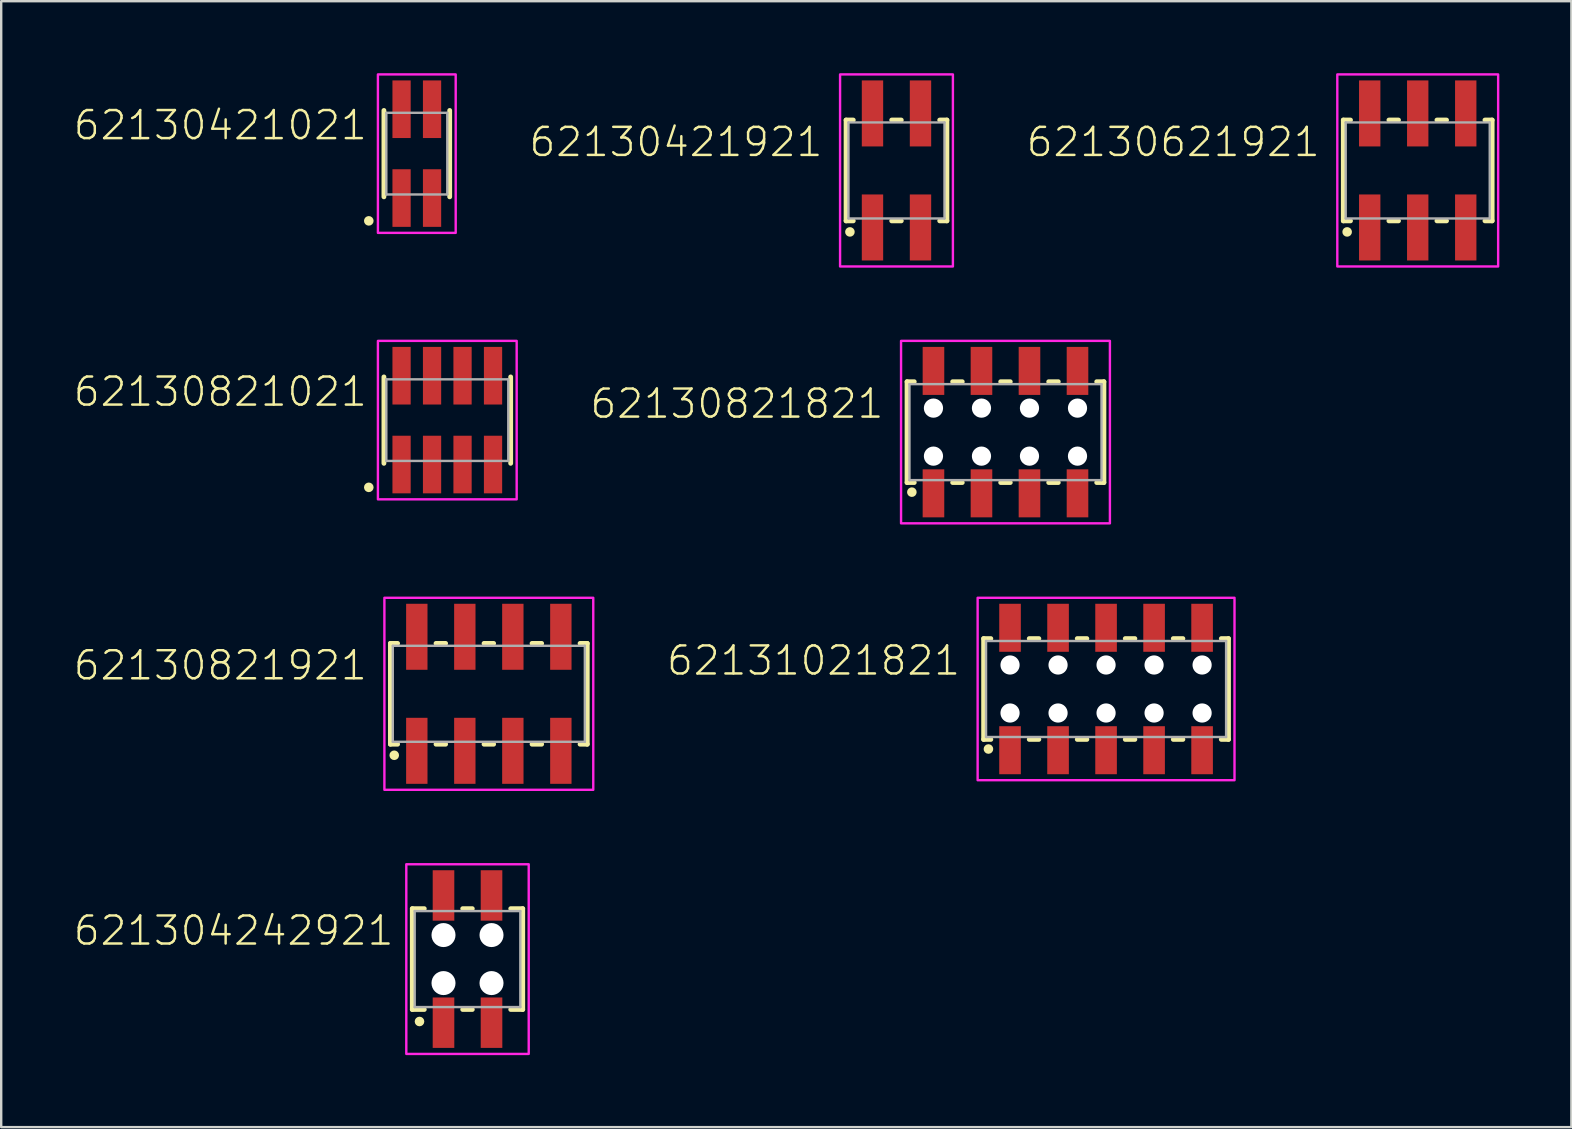
<source format=kicad_pcb>
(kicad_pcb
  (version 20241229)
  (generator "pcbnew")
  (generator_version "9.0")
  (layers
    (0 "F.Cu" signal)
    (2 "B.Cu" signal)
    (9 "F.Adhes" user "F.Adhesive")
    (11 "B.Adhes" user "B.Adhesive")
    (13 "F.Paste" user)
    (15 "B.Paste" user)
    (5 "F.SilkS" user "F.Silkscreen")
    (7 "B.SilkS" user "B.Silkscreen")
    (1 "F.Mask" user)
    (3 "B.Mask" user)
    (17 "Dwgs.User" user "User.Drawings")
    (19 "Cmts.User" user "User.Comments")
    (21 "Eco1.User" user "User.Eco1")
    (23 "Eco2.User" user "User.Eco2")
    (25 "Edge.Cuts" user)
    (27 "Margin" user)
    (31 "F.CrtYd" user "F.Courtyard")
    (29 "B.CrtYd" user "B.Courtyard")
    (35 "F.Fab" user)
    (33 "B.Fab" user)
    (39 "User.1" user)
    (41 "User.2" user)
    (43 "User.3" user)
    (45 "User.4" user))
  (footprint "62130421921"
    (layer "F.Cu")
    (at 34.293 4.05)
    (property "Reference" "62130421921" (at -3 -0.5 0) (unlocked yes) (layer "F.SilkS") (effects (font (size 1.168 1.168) (thickness 0.102)) (justify right bottom)))
    (fp_line (start -2.1 -2.1) (end -2.1 2.1) (stroke (width 0.2) (type solid)) (layer "F.SilkS"))
    (fp_line (start -2.1 2.1) (end -1.8 2.1) (stroke (width 0.2) (type solid)) (layer "F.SilkS"))
    (fp_line (start -1.8 -2.1) (end -2.1 -2.1) (stroke (width 0.2) (type solid)) (layer "F.SilkS"))
    (fp_line (start -0.2 -2.1) (end 0.2 -2.1) (stroke (width 0.2) (type solid)) (layer "F.SilkS"))
    (fp_line (start 0.2 2.1) (end -0.2 2.1) (stroke (width 0.2) (type solid)) (layer "F.SilkS"))
    (fp_line (start 1.8 -2.1) (end 2.1 -2.1) (stroke (width 0.2) (type solid)) (layer "F.SilkS"))
    (fp_line (start 2.1 -2.1) (end 2.1 2.1) (stroke (width 0.2) (type solid)) (layer "F.SilkS"))
    (fp_line (start 2.1 2.1) (end 1.8 2.1) (stroke (width 0.2) (type solid)) (layer "F.SilkS"))
    (fp_circle (center -1.94 2.56) (end -1.84 2.56) (stroke (width 0.2) (type solid)) (fill no) (layer "F.SilkS"))
    (fp_poly (pts (xy 2.35 4) (xy -2.35 4) (xy -2.35 -4) (xy 2.35 -4)) (stroke (width 0.1) (type default)) (fill no) (layer "F.CrtYd"))
    (fp_line (start -2 -2) (end 2 -2) (stroke (width 0.1) (type solid)) (layer "F.Fab"))
    (fp_line (start -2 2) (end -2 -2) (stroke (width 0.1) (type solid)) (layer "F.Fab"))
    (fp_line (start 2 -2) (end 2 2) (stroke (width 0.1) (type solid)) (layer "F.Fab"))
    (fp_line (start 2 2) (end -2 2) (stroke (width 0.1) (type solid)) (layer "F.Fab"))
    (pad "1" smd rect (at -1 2.375) (size 0.89 2.75) (layers "F.Cu" "F.Mask" "F.Paste"))
    (pad "2" smd rect (at -1 -2.375) (size 0.89 2.75) (layers "F.Cu" "F.Mask" "F.Paste"))
    (pad "3" smd rect (at 1 2.375) (size 0.89 2.75) (layers "F.Cu" "F.Mask" "F.Paste"))
    (pad "4" smd rect (at 1 -2.375) (size 0.89 2.75) (layers "F.Cu" "F.Mask" "F.Paste")))
  (footprint "62130621921"
    (layer "F.Cu")
    (at 56.005 4.05)
    (property "Reference" "62130621921" (at -4 -0.5 0) (unlocked yes) (layer "F.SilkS") (effects (font (size 1.168 1.168) (thickness 0.102)) (justify right bottom)))
    (fp_line (start -3.1 -2.1) (end -3.1 2.1) (stroke (width 0.2) (type solid)) (layer "F.SilkS"))
    (fp_line (start -3.1 2.1) (end -2.8 2.1) (stroke (width 0.2) (type solid)) (layer "F.SilkS"))
    (fp_line (start -2.8 -2.1) (end -3.1 -2.1) (stroke (width 0.2) (type solid)) (layer "F.SilkS"))
    (fp_line (start -1.2 -2.1) (end -0.8 -2.1) (stroke (width 0.2) (type solid)) (layer "F.SilkS"))
    (fp_line (start -0.8 2.1) (end -1.2 2.1) (stroke (width 0.2) (type solid)) (layer "F.SilkS"))
    (fp_line (start 0.8 -2.1) (end 1.2 -2.1) (stroke (width 0.2) (type solid)) (layer "F.SilkS"))
    (fp_line (start 1.2 2.1) (end 0.8 2.1) (stroke (width 0.2) (type solid)) (layer "F.SilkS"))
    (fp_line (start 2.8 -2.1) (end 3.1 -2.1) (stroke (width 0.2) (type solid)) (layer "F.SilkS"))
    (fp_line (start 3.1 -2.1) (end 3.1 2.1) (stroke (width 0.2) (type solid)) (layer "F.SilkS"))
    (fp_line (start 3.1 2.1) (end 2.8 2.1) (stroke (width 0.2) (type solid)) (layer "F.SilkS"))
    (fp_circle (center -2.94 2.56) (end -2.84 2.56) (stroke (width 0.2) (type solid)) (fill no) (layer "F.SilkS"))
    (fp_poly (pts (xy 3.35 4) (xy -3.35 4) (xy -3.35 -4) (xy 3.35 -4)) (stroke (width 0.1) (type default)) (fill no) (layer "F.CrtYd"))
    (fp_line (start -3 -2) (end 3 -2) (stroke (width 0.1) (type solid)) (layer "F.Fab"))
    (fp_line (start -3 2) (end -3 -2) (stroke (width 0.1) (type solid)) (layer "F.Fab"))
    (fp_line (start 3 -2) (end 3 2) (stroke (width 0.1) (type solid)) (layer "F.Fab"))
    (fp_line (start 3 2) (end -3 2) (stroke (width 0.1) (type solid)) (layer "F.Fab"))
    (pad "1" smd rect (at -2 2.375) (size 0.89 2.75) (layers "F.Cu" "F.Mask" "F.Paste"))
    (pad "2" smd rect (at -2 -2.375) (size 0.89 2.75) (layers "F.Cu" "F.Mask" "F.Paste"))
    (pad "3" smd rect (at 0 2.375) (size 0.89 2.75) (layers "F.Cu" "F.Mask" "F.Paste"))
    (pad "4" smd rect (at 0 -2.375) (size 0.89 2.75) (layers "F.Cu" "F.Mask" "F.Paste"))
    (pad "5" smd rect (at 2 2.375) (size 0.89 2.75) (layers "F.Cu" "F.Mask" "F.Paste"))
    (pad "6" smd rect (at 2 -2.375) (size 0.89 2.75) (layers "F.Cu" "F.Mask" "F.Paste")))
  (footprint "62131021821"
    (layer "F.Cu")
    (at 43.023 25.65)
    (property "Reference" "62131021821" (at -6 -0.5 0) (unlocked yes) (layer "F.SilkS") (effects (font (size 1.168 1.168) (thickness 0.102)) (justify right bottom)))
    (fp_line (start -5.1 -2.1) (end -5.1 2.1) (stroke (width 0.2) (type solid)) (layer "F.SilkS"))
    (fp_line (start -5.1 2.1) (end -4.8 2.1) (stroke (width 0.2) (type solid)) (layer "F.SilkS"))
    (fp_line (start -4.8 -2.1) (end -5.1 -2.1) (stroke (width 0.2) (type solid)) (layer "F.SilkS"))
    (fp_line (start -3.2 -2.1) (end -2.8 -2.1) (stroke (width 0.2) (type solid)) (layer "F.SilkS"))
    (fp_line (start -3.2 2.1) (end -2.8 2.1) (stroke (width 0.2) (type solid)) (layer "F.SilkS"))
    (fp_line (start -1.2 -2.1) (end -0.8 -2.1) (stroke (width 0.2) (type solid)) (layer "F.SilkS"))
    (fp_line (start -1.2 2.1) (end -0.8 2.1) (stroke (width 0.2) (type solid)) (layer "F.SilkS"))
    (fp_line (start 0.8 -2.1) (end 1.2 -2.1) (stroke (width 0.2) (type solid)) (layer "F.SilkS"))
    (fp_line (start 0.8 2.1) (end 1.2 2.1) (stroke (width 0.2) (type solid)) (layer "F.SilkS"))
    (fp_line (start 2.8 -2.1) (end 3.2 -2.1) (stroke (width 0.2) (type solid)) (layer "F.SilkS"))
    (fp_line (start 2.8 2.1) (end 3.2 2.1) (stroke (width 0.2) (type solid)) (layer "F.SilkS"))
    (fp_line (start 4.8 -2.1) (end 5.1 -2.1) (stroke (width 0.2) (type solid)) (layer "F.SilkS"))
    (fp_line (start 5.1 -2.1) (end 5.1 2.1) (stroke (width 0.2) (type solid)) (layer "F.SilkS"))
    (fp_line (start 5.1 2.1) (end 4.8 2.1) (stroke (width 0.2) (type solid)) (layer "F.SilkS"))
    (fp_circle (center -4.9 2.5) (end -4.8 2.5) (stroke (width 0.2) (type solid)) (fill no) (layer "F.SilkS"))
    (fp_poly (pts (xy 5.35 3.8) (xy -5.35 3.8) (xy -5.35 -3.8) (xy 5.35 -3.8)) (stroke (width 0.1) (type default)) (fill no) (layer "F.CrtYd"))
    (fp_line (start -5 -2) (end 5 -2) (stroke (width 0.1) (type solid)) (layer "F.Fab"))
    (fp_line (start -5 2) (end -5 -2) (stroke (width 0.1) (type solid)) (layer "F.Fab"))
    (fp_line (start 5 -2) (end 5 2) (stroke (width 0.1) (type solid)) (layer "F.Fab"))
    (fp_line (start 5 2) (end -5 2) (stroke (width 0.1) (type solid)) (layer "F.Fab"))
    (pad "" np_thru_hole circle (at -4 -1) (size 0.8 0.8) (drill 0.8) (layers "*.Cu" "*.Mask"))
    (pad "" np_thru_hole circle (at -4 1) (size 0.8 0.8) (drill 0.8) (layers "*.Cu" "*.Mask"))
    (pad "" np_thru_hole circle (at -2 -1) (size 0.8 0.8) (drill 0.8) (layers "*.Cu" "*.Mask"))
    (pad "" np_thru_hole circle (at -2 1) (size 0.8 0.8) (drill 0.8) (layers "*.Cu" "*.Mask"))
    (pad "" np_thru_hole circle (at 0 -1) (size 0.8 0.8) (drill 0.8) (layers "*.Cu" "*.Mask"))
    (pad "" np_thru_hole circle (at 0 1) (size 0.8 0.8) (drill 0.8) (layers "*.Cu" "*.Mask"))
    (pad "" np_thru_hole circle (at 2 -1) (size 0.8 0.8) (drill 0.8) (layers "*.Cu" "*.Mask"))
    (pad "" np_thru_hole circle (at 2 1) (size 0.8 0.8) (drill 0.8) (layers "*.Cu" "*.Mask"))
    (pad "" np_thru_hole circle (at 4 -1) (size 0.8 0.8) (drill 0.8) (layers "*.Cu" "*.Mask"))
    (pad "" np_thru_hole circle (at 4 1) (size 0.8 0.8) (drill 0.8) (layers "*.Cu" "*.Mask"))
    (pad "1" smd rect (at -4 2.55) (size 0.9 2) (layers "F.Cu" "F.Mask" "F.Paste"))
    (pad "2" smd rect (at -4 -2.55) (size 0.9 2) (layers "F.Cu" "F.Mask" "F.Paste"))
    (pad "3" smd rect (at -2 2.55) (size 0.9 2) (layers "F.Cu" "F.Mask" "F.Paste"))
    (pad "4" smd rect (at -2 -2.55) (size 0.9 2) (layers "F.Cu" "F.Mask" "F.Paste"))
    (pad "5" smd rect (at 0 2.55) (size 0.9 2) (layers "F.Cu" "F.Mask" "F.Paste"))
    (pad "6" smd rect (at 0 -2.55) (size 0.9 2) (layers "F.Cu" "F.Mask" "F.Paste"))
    (pad "7" smd rect (at 2 2.55) (size 0.9 2) (layers "F.Cu" "F.Mask" "F.Paste"))
    (pad "8" smd rect (at 2 -2.55) (size 0.9 2) (layers "F.Cu" "F.Mask" "F.Paste"))
    (pad "9" smd rect (at 4 2.55) (size 0.9 2) (layers "F.Cu" "F.Mask" "F.Paste"))
    (pad "10" smd rect (at 4 -2.55) (size 0.9 2) (layers "F.Cu" "F.Mask" "F.Paste")))
  (footprint "621304242921"
    (layer "F.Cu")
    (at 16.424 36.9)
    (property "Reference" "621304242921" (at -3 -0.5 0) (unlocked yes) (layer "F.SilkS") (effects (font (size 1.168 1.168) (thickness 0.102)) (justify right bottom)))
    (fp_line (start -2.3 -2.1) (end -2.3 2.1) (stroke (width 0.2) (type solid)) (layer "F.SilkS"))
    (fp_line (start -2.3 2.1) (end -1.8 2.1) (stroke (width 0.2) (type solid)) (layer "F.SilkS"))
    (fp_line (start -1.8 -2.1) (end -2.3 -2.1) (stroke (width 0.2) (type solid)) (layer "F.SilkS"))
    (fp_line (start -0.2 2.1) (end 0.2 2.1) (stroke (width 0.2) (type solid)) (layer "F.SilkS"))
    (fp_line (start 0.2 -2.1) (end -0.2 -2.1) (stroke (width 0.2) (type solid)) (layer "F.SilkS"))
    (fp_line (start 1.8 -2.1) (end 2.3 -2.1) (stroke (width 0.2) (type solid)) (layer "F.SilkS"))
    (fp_line (start 2.3 -2.1) (end 2.3 2.1) (stroke (width 0.2) (type solid)) (layer "F.SilkS"))
    (fp_line (start 2.3 2.1) (end 1.8 2.1) (stroke (width 0.2) (type solid)) (layer "F.SilkS"))
    (fp_circle (center -2 2.6) (end -1.9 2.6) (stroke (width 0.2) (type solid)) (fill no) (layer "F.SilkS"))
    (fp_poly (pts (xy 2.55 3.95) (xy -2.55 3.95) (xy -2.55 -3.95) (xy 2.55 -3.95)) (stroke (width 0.1) (type default)) (fill no) (layer "F.CrtYd"))
    (fp_line (start -2.2 -2) (end -2.2 2) (stroke (width 0.1) (type solid)) (layer "F.Fab"))
    (fp_line (start -2.2 2) (end 2.2 2) (stroke (width 0.1) (type solid)) (layer "F.Fab"))
    (fp_line (start 2.2 -2) (end -2.2 -2) (stroke (width 0.1) (type solid)) (layer "F.Fab"))
    (fp_line (start 2.2 2) (end 2.2 -2) (stroke (width 0.1) (type solid)) (layer "F.Fab"))
    (pad "" np_thru_hole circle (at -1 -1) (size 1 1) (drill 1) (layers "*.Cu" "*.Mask"))
    (pad "" np_thru_hole circle (at -1 1) (size 1 1) (drill 1) (layers "*.Cu" "*.Mask"))
    (pad "" np_thru_hole circle (at 1 -1) (size 1 1) (drill 1) (layers "*.Cu" "*.Mask"))
    (pad "" np_thru_hole circle (at 1 1) (size 1 1) (drill 1) (layers "*.Cu" "*.Mask"))
    (pad "1" smd rect (at -1 2.65) (size 0.9 2.1) (layers "F.Cu" "F.Mask" "F.Paste"))
    (pad "2" smd rect (at -1 -2.65) (size 0.9 2.1) (layers "F.Cu" "F.Mask" "F.Paste"))
    (pad "3" smd rect (at 1 2.65) (size 0.9 2.1) (layers "F.Cu" "F.Mask" "F.Paste"))
    (pad "4" smd rect (at 1 -2.65) (size 0.9 2.1) (layers "F.Cu" "F.Mask" "F.Paste")))
  (footprint "62130421021"
    (layer "F.Cu")
    (at 14.312 3.35)
    (property "Reference" "62130421021" (at -2 -0.5 0) (unlocked yes) (layer "F.SilkS") (effects (font (size 1.168 1.168) (thickness 0.102)) (justify right bottom)))
    (fp_line (start -1.37 -1.8) (end -1.37 1.8) (stroke (width 0.2) (type solid)) (layer "F.SilkS"))
    (fp_line (start 1.37 1.8) (end 1.37 -1.8) (stroke (width 0.2) (type solid)) (layer "F.SilkS"))
    (fp_circle (center -2 2.8) (end -1.9 2.8) (stroke (width 0.2) (type solid)) (fill no) (layer "F.SilkS"))
    (fp_poly (pts (xy 1.62 3.3) (xy -1.62 3.3) (xy -1.62 -3.3) (xy 1.62 -3.3)) (stroke (width 0.1) (type default)) (fill no) (layer "F.CrtYd"))
    (fp_line (start -1.27 -1.7) (end -1.27 1.7) (stroke (width 0.1) (type solid)) (layer "F.Fab"))
    (fp_line (start -1.27 1.7) (end 1.27 1.7) (stroke (width 0.1) (type solid)) (layer "F.Fab"))
    (fp_line (start 1.27 -1.7) (end -1.27 -1.7) (stroke (width 0.1) (type solid)) (layer "F.Fab"))
    (fp_line (start 1.27 1.7) (end 1.27 -1.7) (stroke (width 0.1) (type solid)) (layer "F.Fab"))
    (pad "1" smd rect (at -0.635 1.85) (size 0.76 2.4) (layers "F.Cu" "F.Mask" "F.Paste"))
    (pad "2" smd rect (at -0.635 -1.85) (size 0.76 2.4) (layers "F.Cu" "F.Mask" "F.Paste"))
    (pad "3" smd rect (at 0.635 1.85) (size 0.76 2.4) (layers "F.Cu" "F.Mask" "F.Paste"))
    (pad "4" smd rect (at 0.635 -1.85) (size 0.76 2.4) (layers "F.Cu" "F.Mask" "F.Paste")))
  (footprint "62130821021"
    (layer "F.Cu")
    (at 15.582 14.45)
    (property "Reference" "62130821021" (at -3.27 -0.5 0) (unlocked yes) (layer "F.SilkS") (effects (font (size 1.168 1.168) (thickness 0.102)) (justify right bottom)))
    (fp_line (start -2.64 -1.8) (end -2.64 1.8) (stroke (width 0.2) (type solid)) (layer "F.SilkS"))
    (fp_line (start 2.64 1.8) (end 2.64 -1.8) (stroke (width 0.2) (type solid)) (layer "F.SilkS"))
    (fp_circle (center -3.27 2.8) (end -3.17 2.8) (stroke (width 0.2) (type solid)) (fill no) (layer "F.SilkS"))
    (fp_poly (pts (xy 2.89 3.3) (xy -2.89 3.3) (xy -2.89 -3.3) (xy 2.89 -3.3)) (stroke (width 0.1) (type default)) (fill no) (layer "F.CrtYd"))
    (fp_line (start -2.54 -1.7) (end -2.54 1.7) (stroke (width 0.1) (type solid)) (layer "F.Fab"))
    (fp_line (start -2.54 1.7) (end 2.54 1.7) (stroke (width 0.1) (type solid)) (layer "F.Fab"))
    (fp_line (start 2.54 -1.7) (end -2.54 -1.7) (stroke (width 0.1) (type solid)) (layer "F.Fab"))
    (fp_line (start 2.54 1.7) (end 2.54 -1.7) (stroke (width 0.1) (type solid)) (layer "F.Fab"))
    (pad "1" smd rect (at -1.905 1.85) (size 0.76 2.4) (layers "F.Cu" "F.Mask" "F.Paste"))
    (pad "2" smd rect (at -1.905 -1.85) (size 0.76 2.4) (layers "F.Cu" "F.Mask" "F.Paste"))
    (pad "3" smd rect (at -0.635 1.85) (size 0.76 2.4) (layers "F.Cu" "F.Mask" "F.Paste"))
    (pad "4" smd rect (at -0.635 -1.85) (size 0.76 2.4) (layers "F.Cu" "F.Mask" "F.Paste"))
    (pad "5" smd rect (at 0.635 1.85) (size 0.76 2.4) (layers "F.Cu" "F.Mask" "F.Paste"))
    (pad "6" smd rect (at 0.635 -1.85) (size 0.76 2.4) (layers "F.Cu" "F.Mask" "F.Paste"))
    (pad "7" smd rect (at 1.905 1.85) (size 0.76 2.4) (layers "F.Cu" "F.Mask" "F.Paste"))
    (pad "8" smd rect (at 1.905 -1.85) (size 0.76 2.4) (layers "F.Cu" "F.Mask" "F.Paste")))
  (footprint "62130821821"
    (layer "F.Cu")
    (at 38.833 14.95)
    (property "Reference" "62130821821" (at -5 -0.5 0) (unlocked yes) (layer "F.SilkS") (effects (font (size 1.168 1.168) (thickness 0.102)) (justify right bottom)))
    (fp_line (start -4.1 -2.1) (end -4.1 2.1) (stroke (width 0.2) (type solid)) (layer "F.SilkS"))
    (fp_line (start -4.1 2.1) (end -3.8 2.1) (stroke (width 0.2) (type solid)) (layer "F.SilkS"))
    (fp_line (start -3.8 -2.1) (end -4.1 -2.1) (stroke (width 0.2) (type solid)) (layer "F.SilkS"))
    (fp_line (start -2.2 -2.1) (end -1.8 -2.1) (stroke (width 0.2) (type solid)) (layer "F.SilkS"))
    (fp_line (start -2.2 2.1) (end -1.8 2.1) (stroke (width 0.2) (type solid)) (layer "F.SilkS"))
    (fp_line (start -0.2 -2.1) (end 0.2 -2.1) (stroke (width 0.2) (type solid)) (layer "F.SilkS"))
    (fp_line (start -0.2 2.1) (end 0.2 2.1) (stroke (width 0.2) (type solid)) (layer "F.SilkS"))
    (fp_line (start 1.8 -2.1) (end 2.2 -2.1) (stroke (width 0.2) (type solid)) (layer "F.SilkS"))
    (fp_line (start 1.8 2.1) (end 2.2 2.1) (stroke (width 0.2) (type solid)) (layer "F.SilkS"))
    (fp_line (start 3.8 -2.1) (end 4.1 -2.1) (stroke (width 0.2) (type solid)) (layer "F.SilkS"))
    (fp_line (start 4.1 -2.1) (end 4.1 2.1) (stroke (width 0.2) (type solid)) (layer "F.SilkS"))
    (fp_line (start 4.1 2.1) (end 3.8 2.1) (stroke (width 0.2) (type solid)) (layer "F.SilkS"))
    (fp_circle (center -3.9 2.5) (end -3.8 2.5) (stroke (width 0.2) (type solid)) (fill no) (layer "F.SilkS"))
    (fp_poly (pts (xy 4.35 3.8) (xy -4.35 3.8) (xy -4.35 -3.8) (xy 4.35 -3.8)) (stroke (width 0.1) (type default)) (fill no) (layer "F.CrtYd"))
    (fp_line (start -4 -2) (end 4 -2) (stroke (width 0.1) (type solid)) (layer "F.Fab"))
    (fp_line (start -4 2) (end -4 -2) (stroke (width 0.1) (type solid)) (layer "F.Fab"))
    (fp_line (start 4 -2) (end 4 2) (stroke (width 0.1) (type solid)) (layer "F.Fab"))
    (fp_line (start 4 2) (end -4 2) (stroke (width 0.1) (type solid)) (layer "F.Fab"))
    (pad "" np_thru_hole circle (at -3 -1) (size 0.8 0.8) (drill 0.8) (layers "*.Cu" "*.Mask"))
    (pad "" np_thru_hole circle (at -3 1) (size 0.8 0.8) (drill 0.8) (layers "*.Cu" "*.Mask"))
    (pad "" np_thru_hole circle (at -1 -1) (size 0.8 0.8) (drill 0.8) (layers "*.Cu" "*.Mask"))
    (pad "" np_thru_hole circle (at -1 1) (size 0.8 0.8) (drill 0.8) (layers "*.Cu" "*.Mask"))
    (pad "" np_thru_hole circle (at 1 -1) (size 0.8 0.8) (drill 0.8) (layers "*.Cu" "*.Mask"))
    (pad "" np_thru_hole circle (at 1 1) (size 0.8 0.8) (drill 0.8) (layers "*.Cu" "*.Mask"))
    (pad "" np_thru_hole circle (at 3 -1) (size 0.8 0.8) (drill 0.8) (layers "*.Cu" "*.Mask"))
    (pad "" np_thru_hole circle (at 3 1) (size 0.8 0.8) (drill 0.8) (layers "*.Cu" "*.Mask"))
    (pad "1" smd rect (at -3 2.55) (size 0.9 2) (layers "F.Cu" "F.Mask" "F.Paste"))
    (pad "2" smd rect (at -3 -2.55) (size 0.9 2) (layers "F.Cu" "F.Mask" "F.Paste"))
    (pad "3" smd rect (at -1 2.55) (size 0.9 2) (layers "F.Cu" "F.Mask" "F.Paste"))
    (pad "4" smd rect (at -1 -2.55) (size 0.9 2) (layers "F.Cu" "F.Mask" "F.Paste"))
    (pad "5" smd rect (at 1 2.55) (size 0.9 2) (layers "F.Cu" "F.Mask" "F.Paste"))
    (pad "6" smd rect (at 1 -2.55) (size 0.9 2) (layers "F.Cu" "F.Mask" "F.Paste"))
    (pad "7" smd rect (at 3 2.55) (size 0.9 2) (layers "F.Cu" "F.Mask" "F.Paste"))
    (pad "8" smd rect (at 3 -2.55) (size 0.9 2) (layers "F.Cu" "F.Mask" "F.Paste")))
  (footprint "62130821921"
    (layer "F.Cu")
    (at 17.312 25.85)
    (property "Reference" "62130821921" (at -5 -0.5 0) (unlocked yes) (layer "F.SilkS") (effects (font (size 1.168 1.168) (thickness 0.102)) (justify right bottom)))
    (fp_line (start -4.1 -2.1) (end -4.1 2.1) (stroke (width 0.2) (type solid)) (layer "F.SilkS"))
    (fp_line (start -4.1 2.1) (end -3.8 2.1) (stroke (width 0.2) (type solid)) (layer "F.SilkS"))
    (fp_line (start -3.8 -2.1) (end -4.1 -2.1) (stroke (width 0.2) (type solid)) (layer "F.SilkS"))
    (fp_line (start -2.2 -2.1) (end -1.8 -2.1) (stroke (width 0.2) (type solid)) (layer "F.SilkS"))
    (fp_line (start -1.8 2.1) (end -2.2 2.1) (stroke (width 0.2) (type solid)) (layer "F.SilkS"))
    (fp_line (start -0.2 -2.1) (end 0.2 -2.1) (stroke (width 0.2) (type solid)) (layer "F.SilkS"))
    (fp_line (start 0.2 2.1) (end -0.2 2.1) (stroke (width 0.2) (type solid)) (layer "F.SilkS"))
    (fp_line (start 1.8 -2.1) (end 2.2 -2.1) (stroke (width 0.2) (type solid)) (layer "F.SilkS"))
    (fp_line (start 2.2 2.1) (end 1.8 2.1) (stroke (width 0.2) (type solid)) (layer "F.SilkS"))
    (fp_line (start 3.8 -2.1) (end 4.1 -2.1) (stroke (width 0.2) (type solid)) (layer "F.SilkS"))
    (fp_line (start 4.1 -2.1) (end 4.1 2.1) (stroke (width 0.2) (type solid)) (layer "F.SilkS"))
    (fp_line (start 4.1 2.1) (end 3.8 2.1) (stroke (width 0.2) (type solid)) (layer "F.SilkS"))
    (fp_circle (center -3.94 2.56) (end -3.84 2.56) (stroke (width 0.2) (type solid)) (fill no) (layer "F.SilkS"))
    (fp_poly (pts (xy 4.35 4) (xy -4.35 4) (xy -4.35 -4) (xy 4.35 -4)) (stroke (width 0.1) (type default)) (fill no) (layer "F.CrtYd"))
    (fp_line (start -4 -2) (end 4 -2) (stroke (width 0.1) (type solid)) (layer "F.Fab"))
    (fp_line (start -4 2) (end -4 -2) (stroke (width 0.1) (type solid)) (layer "F.Fab"))
    (fp_line (start 4 -2) (end 4 2) (stroke (width 0.1) (type solid)) (layer "F.Fab"))
    (fp_line (start 4 2) (end -4 2) (stroke (width 0.1) (type solid)) (layer "F.Fab"))
    (pad "1" smd rect (at -3 2.375) (size 0.89 2.75) (layers "F.Cu" "F.Mask" "F.Paste"))
    (pad "2" smd rect (at -3 -2.375) (size 0.89 2.75) (layers "F.Cu" "F.Mask" "F.Paste"))
    (pad "3" smd rect (at -1 2.375) (size 0.89 2.75) (layers "F.Cu" "F.Mask" "F.Paste"))
    (pad "4" smd rect (at -1 -2.375) (size 0.89 2.75) (layers "F.Cu" "F.Mask" "F.Paste"))
    (pad "5" smd rect (at 1 2.375) (size 0.89 2.75) (layers "F.Cu" "F.Mask" "F.Paste"))
    (pad "6" smd rect (at 1 -2.375) (size 0.89 2.75) (layers "F.Cu" "F.Mask" "F.Paste"))
    (pad "7" smd rect (at 3 2.375) (size 0.89 2.75) (layers "F.Cu" "F.Mask" "F.Paste"))
    (pad "8" smd rect (at 3 -2.375) (size 0.89 2.75) (layers "F.Cu" "F.Mask" "F.Paste")))
  (gr_rect
    (start -3 -3)
    (end 62.405 43.9)
    (stroke (width 0.1) (type default))
    (fill no)
    (layer "Edge.Cuts")))
</source>
